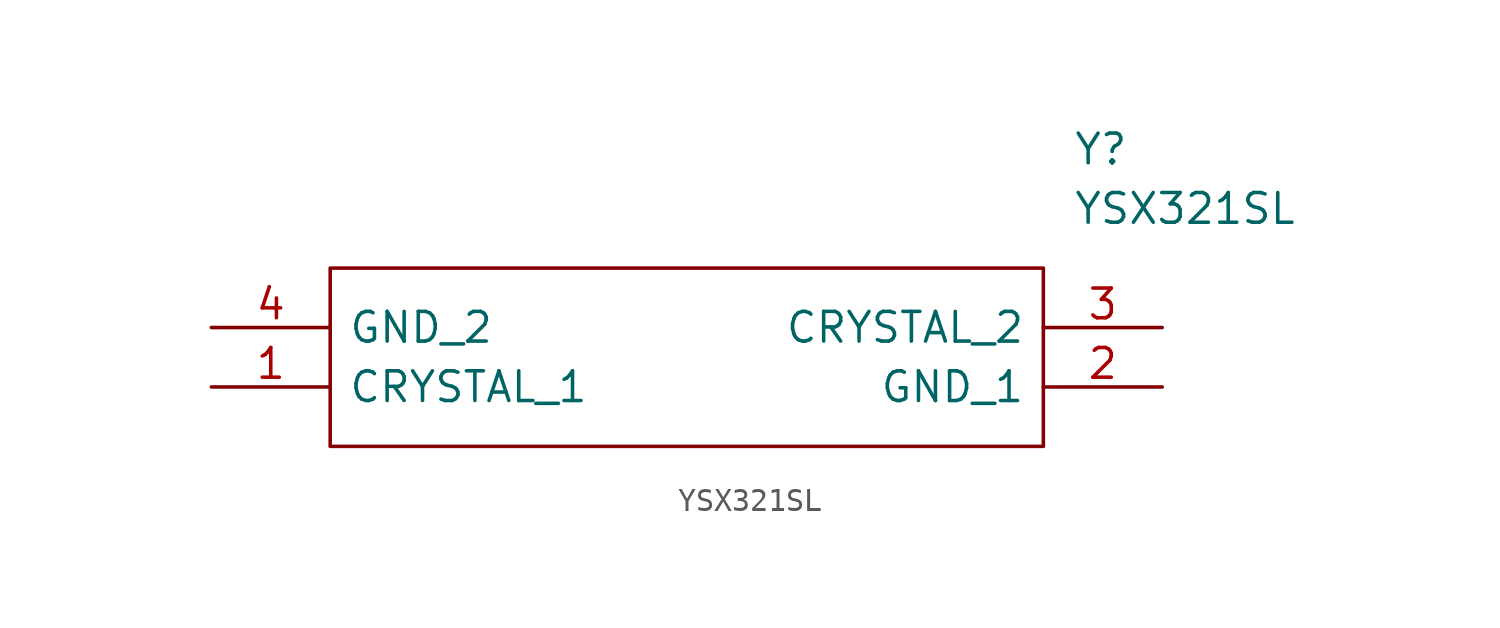
<source format=kicad_sym>
(kicad_symbol_lib
  (version 20211014)
  (generator kicad_symbol_editor)
  (symbol "YSX321SL"
    (pin_names
      (offset 0.762))
    (property "Reference" "Y"
      (at 36.83 7.62 0)
      (effects (font (size 1.27 1.27)) (justify left)))
    (property "Value" "YSX321SL"
      (at 36.83 5.08 0)
      (effects (font (size 1.27 1.27)) (justify left)))
    (symbol "YSX321SL_0_0"
      (pin passive line (at 0 -2.54 0) (length 5.08) (name "CRYSTAL_1" (effects (font (size 1.27 1.27)))) (number "1" (effects (font (size 1.27 1.27)))))
      (pin passive line (at 40.64 -2.54 180) (length 5.08) (name "GND_1" (effects (font (size 1.27 1.27)))) (number "2" (effects (font (size 1.27 1.27)))))
      (pin passive line (at 40.64 0 180) (length 5.08) (name "CRYSTAL_2" (effects (font (size 1.27 1.27)))) (number "3" (effects (font (size 1.27 1.27)))))
      (pin passive line (at 0 0 0) (length 5.08) (name "GND_2" (effects (font (size 1.27 1.27)))) (number "4" (effects (font (size 1.27 1.27))))))
    (symbol "YSX321SL_0_1"
      (polyline (pts (xy 5.08 2.54) (xy 35.56 2.54) (xy 35.56 -5.08) (xy 5.08 -5.08) (xy 5.08 2.54)) (stroke (width 0.152) (type default) (color 0 0 0 0)) (fill (type none))))))
</source>
